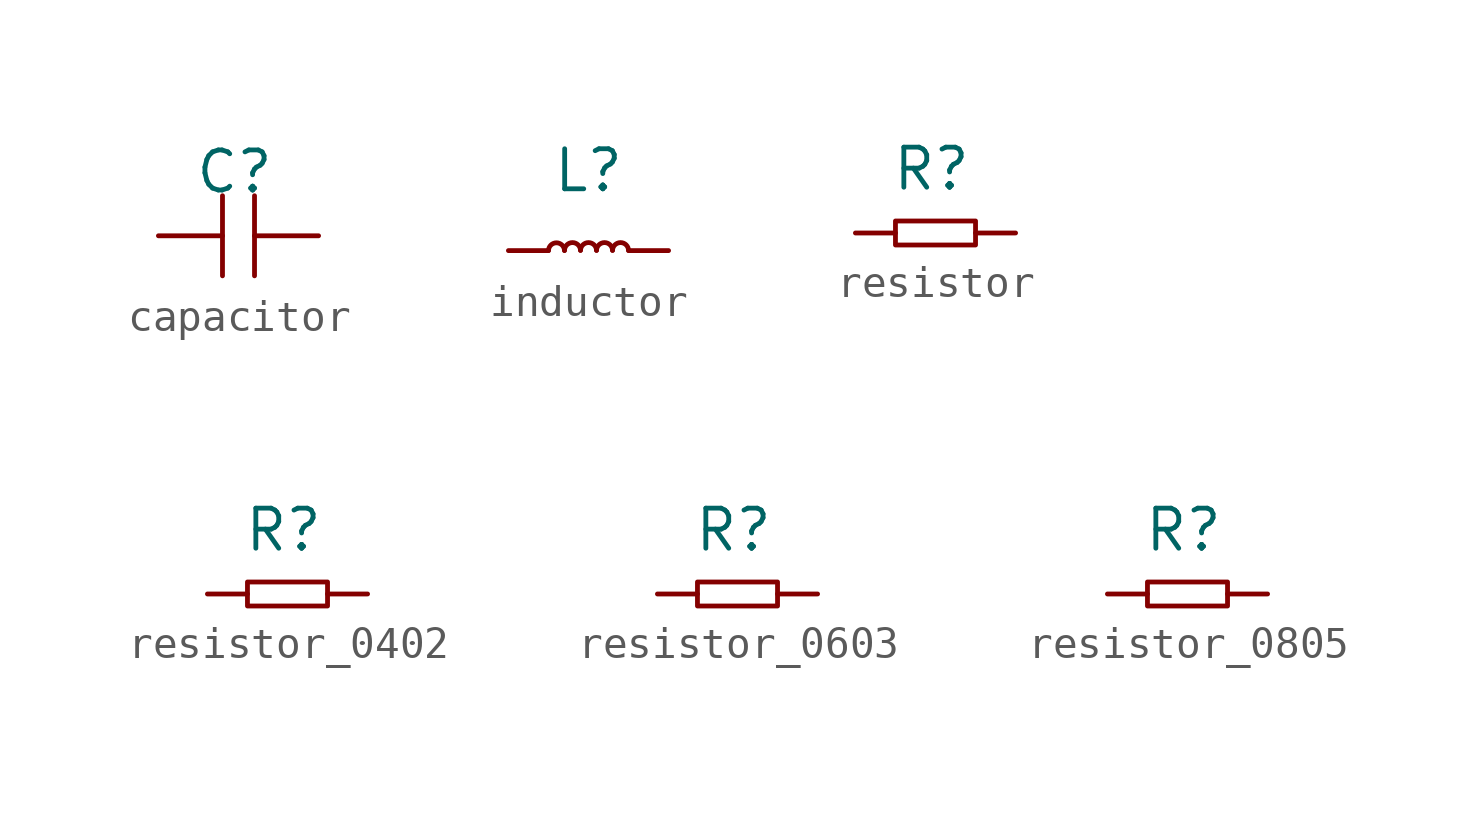
<source format=kicad_sym>
(kicad_symbol_lib
  (version 20231120)
  (generator "kicad_symbol_editor")
  (generator_version "8.0")
  (symbol "capacitor"
    (pin_numbers hide)
    (pin_names
      (offset 0) hide)
    (property "Reference" "C"
      (at -0.127 0.762 0)
      (effects (font (size 1.27 1.27))))
    (property "Value" ""
      (at 0 0 0)
      (effects (font (size 1.27 1.27))))
    (symbol "capacitor_0_1"
      (polyline (pts (xy -0.508 0) (xy -0.508 -2.54)) (stroke (width 0) (type default)) (fill (type none)))
      (polyline (pts (xy 0.508 0) (xy 0.508 -2.54)) (stroke (width 0) (type default)) (fill (type none))))
    (symbol "capacitor_1_1"
      (pin passive line (at 2.54 -1.27 180) (length 2.032) (name "1" (effects (font (size 1.27 1.27)))) (number "1" (effects (font (size 1.27 1.27)))))
      (pin passive line (at -2.54 -1.27 0) (length 2.032) (name "2" (effects (font (size 1.27 1.27)))) (number "2" (effects (font (size 1.27 1.27)))))))
  (symbol "inductor"
    (pin_numbers hide)
    (pin_names
      (offset 0) hide)
    (property "Reference" "L"
      (at 0 0 0)
      (effects (font (size 1.27 1.27))))
    (property "Value" ""
      (at 0 0 0)
      (effects (font (size 1.27 1.27))))
    (symbol "inductor_0_1"
      (arc (start -0.762 -2.54) (mid -1.016 -2.293) (end -1.27 -2.54) (stroke (width 0) (type default)) (fill (type none)))
      (arc (start -0.254 -2.5329) (mid -0.508 -2.2859) (end -0.762 -2.5329) (stroke (width 0) (type default)) (fill (type none)))
      (arc (start 0.254 -2.5329) (mid 0 -2.2859) (end -0.254 -2.5329) (stroke (width 0) (type default)) (fill (type none)))
      (arc (start 0.762 -2.5329) (mid 0.508 -2.2859) (end 0.254 -2.5329) (stroke (width 0) (type default)) (fill (type none)))
      (arc (start 1.27 -2.5329) (mid 1.016 -2.2859) (end 0.762 -2.5329) (stroke (width 0) (type default)) (fill (type none))))
    (symbol "inductor_1_1"
      (pin passive line (at -2.54 -2.54 0) (length 1.27) (name "1" (effects (font (size 1.27 1.27)))) (number "1" (effects (font (size 1.27 1.27)))))
      (pin passive line (at 2.54 -2.54 180) (length 1.27) (name "2" (effects (font (size 1.27 1.27)))) (number "2" (effects (font (size 1.27 1.27)))))))
  (symbol "resistor"
    (pin_numbers hide)
    (pin_names
      (offset 0) hide)
    (property "Reference" "R"
      (at -0.127 0.762 0)
      (effects (font (size 1.27 1.27))))
    (property "Value" ""
      (at 0 0 0)
      (effects (font (size 1.27 1.27))))
    (symbol "resistor_0_1"
      (rectangle (start -1.27 -0.889) (end 1.27 -1.651) (stroke (width 0) (type default)) (fill (type none))))
    (symbol "resistor_1_1"
      (pin passive line (at 2.54 -1.27 180) (length 1.27) (name "1" (effects (font (size 1.27 1.27)))) (number "1" (effects (font (size 1.27 1.27)))))
      (pin passive line (at -2.54 -1.27 0) (length 1.27) (name "2" (effects (font (size 1.27 1.27)))) (number "2" (effects (font (size 1.27 1.27)))))))
  (symbol "resistor_0402"
    (pin_numbers hide)
    (pin_names
      (offset 0) hide)
    (property "Reference" "R"
      (at -0.127 0.762 0)
      (effects (font (size 1.27 1.27))))
    (property "Value" ""
      (at 0 0 0)
      (effects (font (size 1.27 1.27))))
    (symbol "resistor_0402_0_1"
      (rectangle (start -1.27 -0.889) (end 1.27 -1.651) (stroke (width 0) (type default)) (fill (type none))))
    (symbol "resistor_0402_1_1"
      (pin passive line (at 2.54 -1.27 180) (length 1.27) (name "1" (effects (font (size 1.27 1.27)))) (number "1" (effects (font (size 1.27 1.27)))))
      (pin passive line (at -2.54 -1.27 0) (length 1.27) (name "2" (effects (font (size 1.27 1.27)))) (number "2" (effects (font (size 1.27 1.27)))))))
  (symbol "resistor_0603"
    (pin_numbers hide)
    (pin_names
      (offset 0) hide)
    (property "Reference" "R"
      (at -0.127 0.762 0)
      (effects (font (size 1.27 1.27))))
    (property "Value" ""
      (at 0 0 0)
      (effects (font (size 1.27 1.27))))
    (symbol "resistor_0603_0_1"
      (rectangle (start -1.27 -0.889) (end 1.27 -1.651) (stroke (width 0) (type default)) (fill (type none))))
    (symbol "resistor_0603_1_1"
      (pin passive line (at 2.54 -1.27 180) (length 1.27) (name "1" (effects (font (size 1.27 1.27)))) (number "1" (effects (font (size 1.27 1.27)))))
      (pin passive line (at -2.54 -1.27 0) (length 1.27) (name "2" (effects (font (size 1.27 1.27)))) (number "2" (effects (font (size 1.27 1.27)))))))
  (symbol "resistor_0805"
    (pin_numbers hide)
    (pin_names
      (offset 0) hide)
    (property "Reference" "R"
      (at -0.127 0.762 0)
      (effects (font (size 1.27 1.27))))
    (property "Value" ""
      (at 0 0 0)
      (effects (font (size 1.27 1.27))))
    (symbol "resistor_0805_0_1"
      (rectangle (start -1.27 -0.889) (end 1.27 -1.651) (stroke (width 0) (type default)) (fill (type none))))
    (symbol "resistor_0805_1_1"
      (pin passive line (at 2.54 -1.27 180) (length 1.27) (name "1" (effects (font (size 1.27 1.27)))) (number "1" (effects (font (size 1.27 1.27)))))
      (pin passive line (at -2.54 -1.27 0) (length 1.27) (name "2" (effects (font (size 1.27 1.27)))) (number "2" (effects (font (size 1.27 1.27))))))))
</source>
